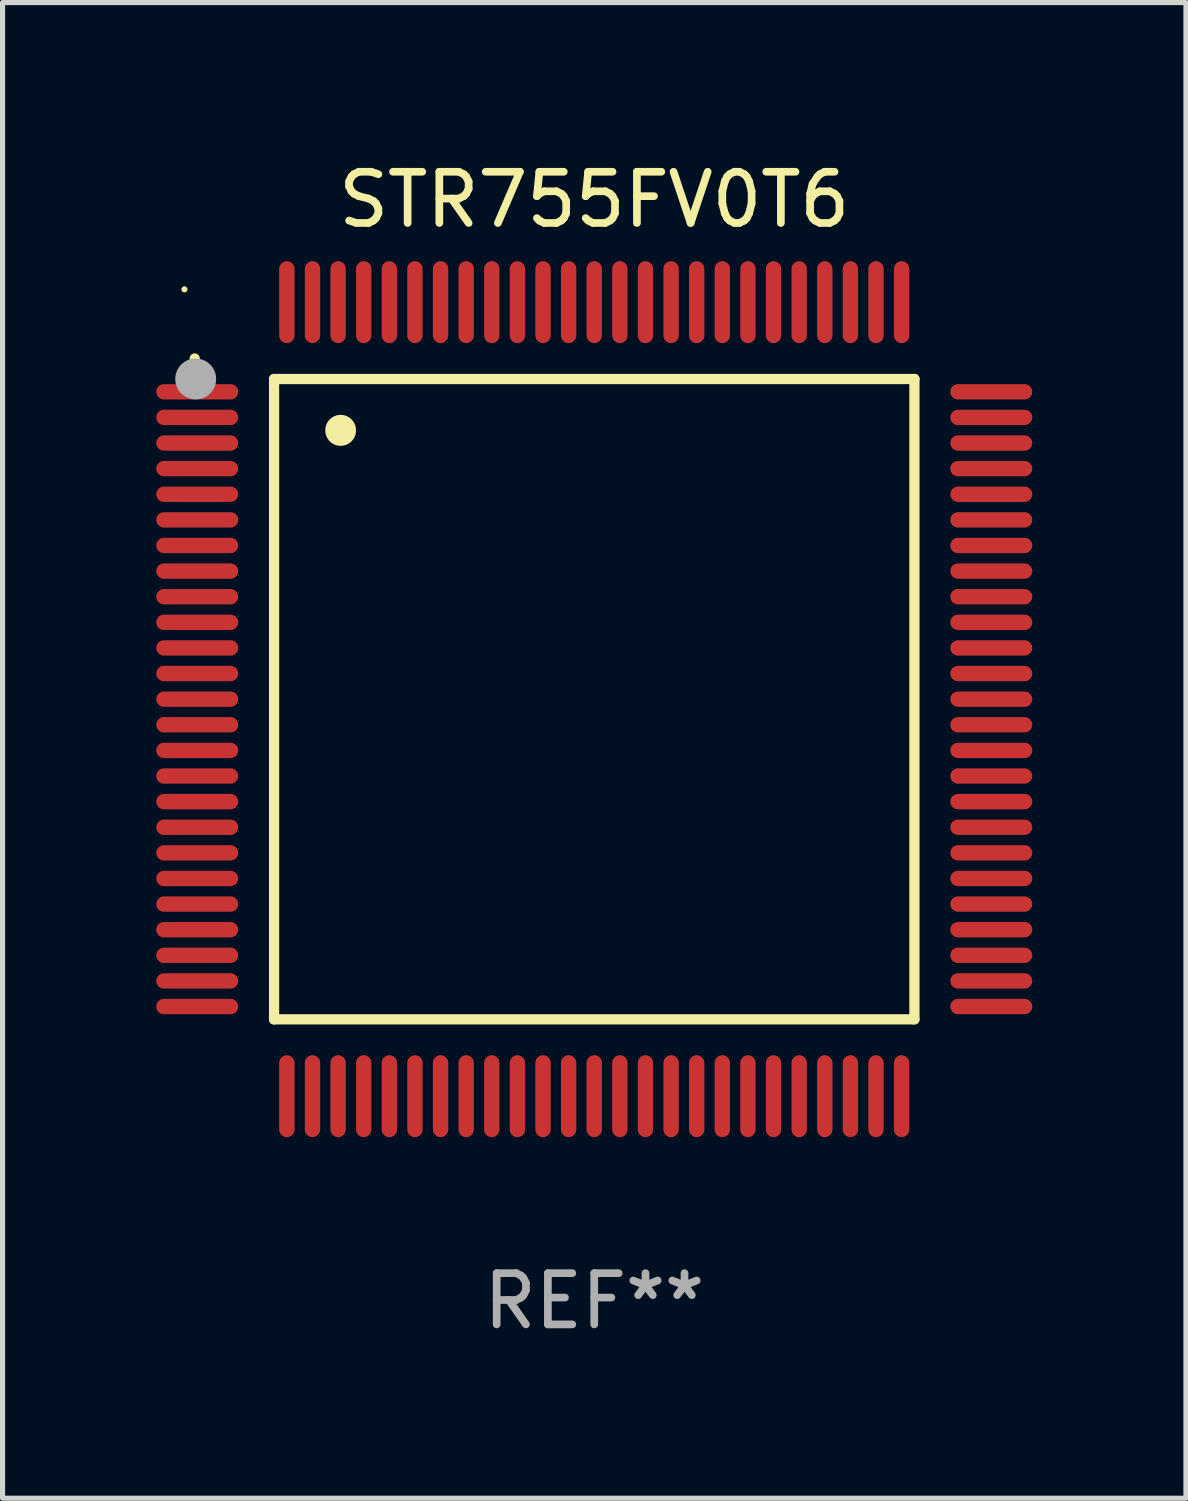
<source format=kicad_pcb>
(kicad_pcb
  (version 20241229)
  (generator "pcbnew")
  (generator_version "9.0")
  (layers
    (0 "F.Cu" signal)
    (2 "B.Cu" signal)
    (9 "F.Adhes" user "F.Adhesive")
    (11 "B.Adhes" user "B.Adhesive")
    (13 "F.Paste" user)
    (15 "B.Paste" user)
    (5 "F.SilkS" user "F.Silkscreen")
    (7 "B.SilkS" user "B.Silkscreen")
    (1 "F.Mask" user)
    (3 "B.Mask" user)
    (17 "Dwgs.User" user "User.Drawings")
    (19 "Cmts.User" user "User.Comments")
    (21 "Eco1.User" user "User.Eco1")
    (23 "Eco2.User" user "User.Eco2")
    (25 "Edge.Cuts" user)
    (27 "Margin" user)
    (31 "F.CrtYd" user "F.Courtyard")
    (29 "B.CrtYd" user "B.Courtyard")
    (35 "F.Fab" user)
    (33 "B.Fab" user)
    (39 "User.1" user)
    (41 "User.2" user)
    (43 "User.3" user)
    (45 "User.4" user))
  (footprint "STR755FV0T6"
    (layer "F.Cu")
    (at 8.55 10.598)
    (property "Reference" "STR755FV0T6" (at 0 -9.75 0) (layer "F.SilkS") (effects (font (size 1 1) (thickness 0.15))))
    (attr through_hole)
    (fp_line (start -6.25 -6.25) (end -6.25 6.25) (stroke (width 0.2) (type solid)) (layer "F.SilkS"))
    (fp_line (start -6.25 6.25) (end 6.25 6.25) (stroke (width 0.2) (type solid)) (layer "F.SilkS"))
    (fp_line (start 6.25 -6.25) (end -6.25 -6.25) (stroke (width 0.2) (type solid)) (layer "F.SilkS"))
    (fp_line (start 6.25 6.25) (end 6.25 -6.25) (stroke (width 0.2) (type solid)) (layer "F.SilkS"))
    (fp_arc (start -7.799568 -6.647625) (mid -7.799571 -6.648463) (end -7.799568 -6.649301) (stroke (width 0.2) (type solid)) (layer "F.SilkS"))
    (fp_arc (start -4.95047 -5.245111) (mid -4.950481 -5.247651) (end -4.95047 -5.250191) (stroke (width 0.6) (type solid)) (layer "F.SilkS"))
    (fp_circle (center -8 -8) (end -7.97 -8) (stroke (width 0.06) (type solid)) (fill no) (layer "F.SilkS"))
    (fp_circle (center -7.78 -6.25) (end -7.58 -6.25) (stroke (width 0.4) (type solid)) (fill no) (layer "F.Fab"))
    (fp_text user "REF**" (at 0 11.75 0) (layer "F.Fab") (effects (font (size 1 1) (thickness 0.15))))
    (pad "1" smd oval (at -7.75 -6 90) (size 0.3 1.6) (layers "F.Cu" "F.Mask" "F.Paste"))
    (pad "2" smd oval (at -7.75 -5.5 90) (size 0.3 1.6) (layers "F.Cu" "F.Mask" "F.Paste"))
    (pad "3" smd oval (at -7.75 -5 90) (size 0.3 1.6) (layers "F.Cu" "F.Mask" "F.Paste"))
    (pad "4" smd oval (at -7.75 -4.5 90) (size 0.3 1.6) (layers "F.Cu" "F.Mask" "F.Paste"))
    (pad "5" smd oval (at -7.75 -4 90) (size 0.3 1.6) (layers "F.Cu" "F.Mask" "F.Paste"))
    (pad "6" smd oval (at -7.75 -3.5 90) (size 0.3 1.6) (layers "F.Cu" "F.Mask" "F.Paste"))
    (pad "7" smd oval (at -7.75 -3 90) (size 0.3 1.6) (layers "F.Cu" "F.Mask" "F.Paste"))
    (pad "8" smd oval (at -7.75 -2.5 90) (size 0.3 1.6) (layers "F.Cu" "F.Mask" "F.Paste"))
    (pad "9" smd oval (at -7.75 -2 90) (size 0.3 1.6) (layers "F.Cu" "F.Mask" "F.Paste"))
    (pad "10" smd oval (at -7.75 -1.5 90) (size 0.3 1.6) (layers "F.Cu" "F.Mask" "F.Paste"))
    (pad "11" smd oval (at -7.75 -1 90) (size 0.3 1.6) (layers "F.Cu" "F.Mask" "F.Paste"))
    (pad "12" smd oval (at -7.75 -0.5 90) (size 0.3 1.6) (layers "F.Cu" "F.Mask" "F.Paste"))
    (pad "13" smd oval (at -7.75 0 90) (size 0.3 1.6) (layers "F.Cu" "F.Mask" "F.Paste"))
    (pad "14" smd oval (at -7.75 0.5 90) (size 0.3 1.6) (layers "F.Cu" "F.Mask" "F.Paste"))
    (pad "15" smd oval (at -7.75 1 90) (size 0.3 1.6) (layers "F.Cu" "F.Mask" "F.Paste"))
    (pad "16" smd oval (at -7.75 1.5 90) (size 0.3 1.6) (layers "F.Cu" "F.Mask" "F.Paste"))
    (pad "17" smd oval (at -7.75 2 90) (size 0.3 1.6) (layers "F.Cu" "F.Mask" "F.Paste"))
    (pad "18" smd oval (at -7.75 2.5 90) (size 0.3 1.6) (layers "F.Cu" "F.Mask" "F.Paste"))
    (pad "19" smd oval (at -7.75 3 90) (size 0.3 1.6) (layers "F.Cu" "F.Mask" "F.Paste"))
    (pad "20" smd oval (at -7.75 3.5 90) (size 0.3 1.6) (layers "F.Cu" "F.Mask" "F.Paste"))
    (pad "21" smd oval (at -7.75 4 90) (size 0.3 1.6) (layers "F.Cu" "F.Mask" "F.Paste"))
    (pad "22" smd oval (at -7.75 4.5 90) (size 0.3 1.6) (layers "F.Cu" "F.Mask" "F.Paste"))
    (pad "23" smd oval (at -7.75 5 90) (size 0.3 1.6) (layers "F.Cu" "F.Mask" "F.Paste"))
    (pad "24" smd oval (at -7.75 5.5 90) (size 0.3 1.6) (layers "F.Cu" "F.Mask" "F.Paste"))
    (pad "25" smd oval (at -7.75 6 90) (size 0.3 1.6) (layers "F.Cu" "F.Mask" "F.Paste"))
    (pad "26" smd oval (at -6 7.75) (size 0.3 1.6) (layers "F.Cu" "F.Mask" "F.Paste"))
    (pad "27" smd oval (at -5.5 7.75) (size 0.3 1.6) (layers "F.Cu" "F.Mask" "F.Paste"))
    (pad "28" smd oval (at -5 7.75) (size 0.3 1.6) (layers "F.Cu" "F.Mask" "F.Paste"))
    (pad "29" smd oval (at -4.5 7.75) (size 0.3 1.6) (layers "F.Cu" "F.Mask" "F.Paste"))
    (pad "30" smd oval (at -4 7.75) (size 0.3 1.6) (layers "F.Cu" "F.Mask" "F.Paste"))
    (pad "31" smd oval (at -3.5 7.75) (size 0.3 1.6) (layers "F.Cu" "F.Mask" "F.Paste"))
    (pad "32" smd oval (at -3 7.75) (size 0.3 1.6) (layers "F.Cu" "F.Mask" "F.Paste"))
    (pad "33" smd oval (at -2.5 7.75) (size 0.3 1.6) (layers "F.Cu" "F.Mask" "F.Paste"))
    (pad "34" smd oval (at -2 7.75) (size 0.3 1.6) (layers "F.Cu" "F.Mask" "F.Paste"))
    (pad "35" smd oval (at -1.5 7.75) (size 0.3 1.6) (layers "F.Cu" "F.Mask" "F.Paste"))
    (pad "36" smd oval (at -1 7.75) (size 0.3 1.6) (layers "F.Cu" "F.Mask" "F.Paste"))
    (pad "37" smd oval (at -0.5 7.75) (size 0.3 1.6) (layers "F.Cu" "F.Mask" "F.Paste"))
    (pad "38" smd oval (at 0 7.75) (size 0.3 1.6) (layers "F.Cu" "F.Mask" "F.Paste"))
    (pad "39" smd oval (at 0.5 7.75) (size 0.3 1.6) (layers "F.Cu" "F.Mask" "F.Paste"))
    (pad "40" smd oval (at 1 7.75) (size 0.3 1.6) (layers "F.Cu" "F.Mask" "F.Paste"))
    (pad "41" smd oval (at 1.5 7.75) (size 0.3 1.6) (layers "F.Cu" "F.Mask" "F.Paste"))
    (pad "42" smd oval (at 2 7.75) (size 0.3 1.6) (layers "F.Cu" "F.Mask" "F.Paste"))
    (pad "43" smd oval (at 2.5 7.75) (size 0.3 1.6) (layers "F.Cu" "F.Mask" "F.Paste"))
    (pad "44" smd oval (at 3 7.75) (size 0.3 1.6) (layers "F.Cu" "F.Mask" "F.Paste"))
    (pad "45" smd oval (at 3.5 7.75) (size 0.3 1.6) (layers "F.Cu" "F.Mask" "F.Paste"))
    (pad "46" smd oval (at 4 7.75) (size 0.3 1.6) (layers "F.Cu" "F.Mask" "F.Paste"))
    (pad "47" smd oval (at 4.5 7.75) (size 0.3 1.6) (layers "F.Cu" "F.Mask" "F.Paste"))
    (pad "48" smd oval (at 5 7.75) (size 0.3 1.6) (layers "F.Cu" "F.Mask" "F.Paste"))
    (pad "49" smd oval (at 5.5 7.75) (size 0.3 1.6) (layers "F.Cu" "F.Mask" "F.Paste"))
    (pad "50" smd oval (at 6 7.75) (size 0.3 1.6) (layers "F.Cu" "F.Mask" "F.Paste"))
    (pad "51" smd oval (at 7.75 6 90) (size 0.3 1.6) (layers "F.Cu" "F.Mask" "F.Paste"))
    (pad "52" smd oval (at 7.75 5.5 90) (size 0.3 1.6) (layers "F.Cu" "F.Mask" "F.Paste"))
    (pad "53" smd oval (at 7.75 5 90) (size 0.3 1.6) (layers "F.Cu" "F.Mask" "F.Paste"))
    (pad "54" smd oval (at 7.75 4.5 90) (size 0.3 1.6) (layers "F.Cu" "F.Mask" "F.Paste"))
    (pad "55" smd oval (at 7.75 4 90) (size 0.3 1.6) (layers "F.Cu" "F.Mask" "F.Paste"))
    (pad "56" smd oval (at 7.75 3.5 90) (size 0.3 1.6) (layers "F.Cu" "F.Mask" "F.Paste"))
    (pad "57" smd oval (at 7.75 3 90) (size 0.3 1.6) (layers "F.Cu" "F.Mask" "F.Paste"))
    (pad "58" smd oval (at 7.75 2.5 90) (size 0.3 1.6) (layers "F.Cu" "F.Mask" "F.Paste"))
    (pad "59" smd oval (at 7.75 2 90) (size 0.3 1.6) (layers "F.Cu" "F.Mask" "F.Paste"))
    (pad "60" smd oval (at 7.75 1.5 90) (size 0.3 1.6) (layers "F.Cu" "F.Mask" "F.Paste"))
    (pad "61" smd oval (at 7.75 1 90) (size 0.3 1.6) (layers "F.Cu" "F.Mask" "F.Paste"))
    (pad "62" smd oval (at 7.75 0.5 90) (size 0.3 1.6) (layers "F.Cu" "F.Mask" "F.Paste"))
    (pad "63" smd oval (at 7.75 0 90) (size 0.3 1.6) (layers "F.Cu" "F.Mask" "F.Paste"))
    (pad "64" smd oval (at 7.75 -0.5 90) (size 0.3 1.6) (layers "F.Cu" "F.Mask" "F.Paste"))
    (pad "65" smd oval (at 7.75 -1 90) (size 0.3 1.6) (layers "F.Cu" "F.Mask" "F.Paste"))
    (pad "66" smd oval (at 7.75 -1.5 90) (size 0.3 1.6) (layers "F.Cu" "F.Mask" "F.Paste"))
    (pad "67" smd oval (at 7.75 -2 90) (size 0.3 1.6) (layers "F.Cu" "F.Mask" "F.Paste"))
    (pad "68" smd oval (at 7.75 -2.5 90) (size 0.3 1.6) (layers "F.Cu" "F.Mask" "F.Paste"))
    (pad "69" smd oval (at 7.75 -3 90) (size 0.3 1.6) (layers "F.Cu" "F.Mask" "F.Paste"))
    (pad "70" smd oval (at 7.75 -3.5 90) (size 0.3 1.6) (layers "F.Cu" "F.Mask" "F.Paste"))
    (pad "71" smd oval (at 7.75 -4 90) (size 0.3 1.6) (layers "F.Cu" "F.Mask" "F.Paste"))
    (pad "72" smd oval (at 7.75 -4.5 90) (size 0.3 1.6) (layers "F.Cu" "F.Mask" "F.Paste"))
    (pad "73" smd oval (at 7.75 -5 90) (size 0.3 1.6) (layers "F.Cu" "F.Mask" "F.Paste"))
    (pad "74" smd oval (at 7.75 -5.5 90) (size 0.3 1.6) (layers "F.Cu" "F.Mask" "F.Paste"))
    (pad "75" smd oval (at 7.75 -6 90) (size 0.3 1.6) (layers "F.Cu" "F.Mask" "F.Paste"))
    (pad "76" smd oval (at 6 -7.75) (size 0.3 1.6) (layers "F.Cu" "F.Mask" "F.Paste"))
    (pad "77" smd oval (at 5.5 -7.75) (size 0.3 1.6) (layers "F.Cu" "F.Mask" "F.Paste"))
    (pad "78" smd oval (at 5 -7.75) (size 0.3 1.6) (layers "F.Cu" "F.Mask" "F.Paste"))
    (pad "79" smd oval (at 4.5 -7.75) (size 0.3 1.6) (layers "F.Cu" "F.Mask" "F.Paste"))
    (pad "80" smd oval (at 4 -7.75) (size 0.3 1.6) (layers "F.Cu" "F.Mask" "F.Paste"))
    (pad "81" smd oval (at 3.5 -7.75) (size 0.3 1.6) (layers "F.Cu" "F.Mask" "F.Paste"))
    (pad "82" smd oval (at 3 -7.75) (size 0.3 1.6) (layers "F.Cu" "F.Mask" "F.Paste"))
    (pad "83" smd oval (at 2.5 -7.75) (size 0.3 1.6) (layers "F.Cu" "F.Mask" "F.Paste"))
    (pad "84" smd oval (at 2 -7.75) (size 0.3 1.6) (layers "F.Cu" "F.Mask" "F.Paste"))
    (pad "85" smd oval (at 1.5 -7.75) (size 0.3 1.6) (layers "F.Cu" "F.Mask" "F.Paste"))
    (pad "86" smd oval (at 1 -7.75) (size 0.3 1.6) (layers "F.Cu" "F.Mask" "F.Paste"))
    (pad "87" smd oval (at 0.5 -7.75) (size 0.3 1.6) (layers "F.Cu" "F.Mask" "F.Paste"))
    (pad "88" smd oval (at 0 -7.75) (size 0.3 1.6) (layers "F.Cu" "F.Mask" "F.Paste"))
    (pad "89" smd oval (at -0.5 -7.75) (size 0.3 1.6) (layers "F.Cu" "F.Mask" "F.Paste"))
    (pad "90" smd oval (at -1 -7.75) (size 0.3 1.6) (layers "F.Cu" "F.Mask" "F.Paste"))
    (pad "91" smd oval (at -1.5 -7.75) (size 0.3 1.6) (layers "F.Cu" "F.Mask" "F.Paste"))
    (pad "92" smd oval (at -2 -7.75) (size 0.3 1.6) (layers "F.Cu" "F.Mask" "F.Paste"))
    (pad "93" smd oval (at -2.5 -7.75) (size 0.3 1.6) (layers "F.Cu" "F.Mask" "F.Paste"))
    (pad "94" smd oval (at -3 -7.75) (size 0.3 1.6) (layers "F.Cu" "F.Mask" "F.Paste"))
    (pad "95" smd oval (at -3.5 -7.75) (size 0.3 1.6) (layers "F.Cu" "F.Mask" "F.Paste"))
    (pad "96" smd oval (at -4 -7.75) (size 0.3 1.6) (layers "F.Cu" "F.Mask" "F.Paste"))
    (pad "97" smd oval (at -4.5 -7.75) (size 0.3 1.6) (layers "F.Cu" "F.Mask" "F.Paste"))
    (pad "98" smd oval (at -5 -7.75) (size 0.3 1.6) (layers "F.Cu" "F.Mask" "F.Paste"))
    (pad "99" smd oval (at -5.5 -7.75) (size 0.3 1.6) (layers "F.Cu" "F.Mask" "F.Paste"))
    (pad "100" smd oval (at -6 -7.75) (size 0.3 1.6) (layers "F.Cu" "F.Mask" "F.Paste")))
  (gr_rect
    (start -3 -3)
    (end 20.1 26.196)
    (stroke (width 0.1) (type default))
    (fill no)
    (layer "Edge.Cuts")))
</source>
